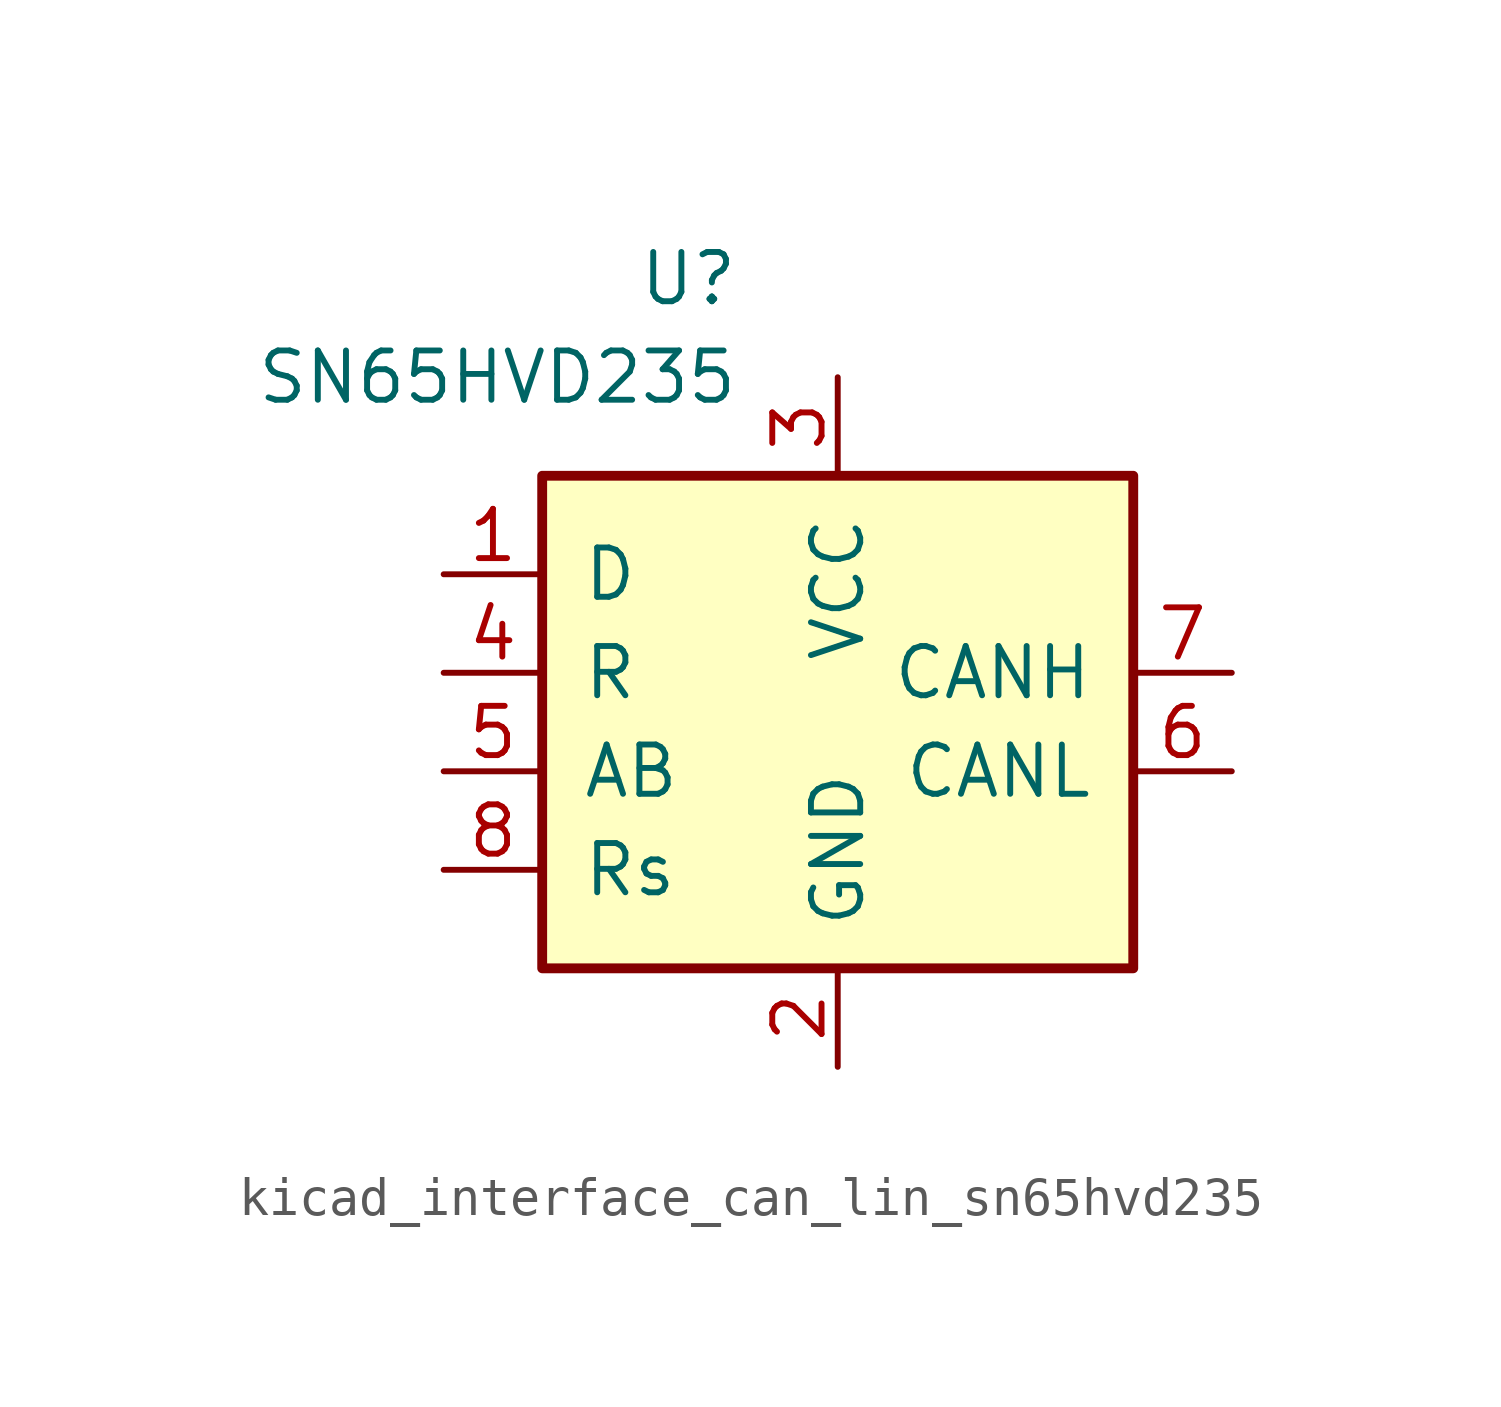
<source format=kicad_sym>
(kicad_symbol_lib
  (version 20220914)
  (generator kicad_symbol_editor)
  (symbol "kicad_interface_can_lin_sn65hvd235"
    (pin_names
      (offset 1.016))
    (property "Reference" "U"
      (at -2.54 10.16 0)
      (effects (font (size 1.27 1.27)) (justify right)))
    (property "Value" "SN65HVD235"
      (at -2.54 7.62 0)
      (effects (font (size 1.27 1.27)) (justify right)))
    (symbol "kicad_interface_can_lin_sn65hvd235_0_1"
      (rectangle (start -7.62 5.08) (end 7.62 -7.62) (stroke (width 0.254) (type default)) (fill (type background))))
    (symbol "kicad_interface_can_lin_sn65hvd235_1_1"
      (pin input line (at -10.16 2.54 0) (length 2.54) (name "D" (effects (font (size 1.27 1.27)))) (number "1" (effects (font (size 1.27 1.27)))))
      (pin power_in line (at 0 -10.16 90) (length 2.54) (name "GND" (effects (font (size 1.27 1.27)))) (number "2" (effects (font (size 1.27 1.27)))))
      (pin power_in line (at 0 7.62 270) (length 2.54) (name "VCC" (effects (font (size 1.27 1.27)))) (number "3" (effects (font (size 1.27 1.27)))))
      (pin output line (at -10.16 0 0) (length 2.54) (name "R" (effects (font (size 1.27 1.27)))) (number "4" (effects (font (size 1.27 1.27)))))
      (pin input line (at -10.16 -2.54 0) (length 2.54) (name "AB" (effects (font (size 1.27 1.27)))) (number "5" (effects (font (size 1.27 1.27)))))
      (pin bidirectional line (at 10.16 -2.54 180) (length 2.54) (name "CANL" (effects (font (size 1.27 1.27)))) (number "6" (effects (font (size 1.27 1.27)))))
      (pin bidirectional line (at 10.16 0 180) (length 2.54) (name "CANH" (effects (font (size 1.27 1.27)))) (number "7" (effects (font (size 1.27 1.27)))))
      (pin input line (at -10.16 -5.08 0) (length 2.54) (name "Rs" (effects (font (size 1.27 1.27)))) (number "8" (effects (font (size 1.27 1.27))))))))
</source>
